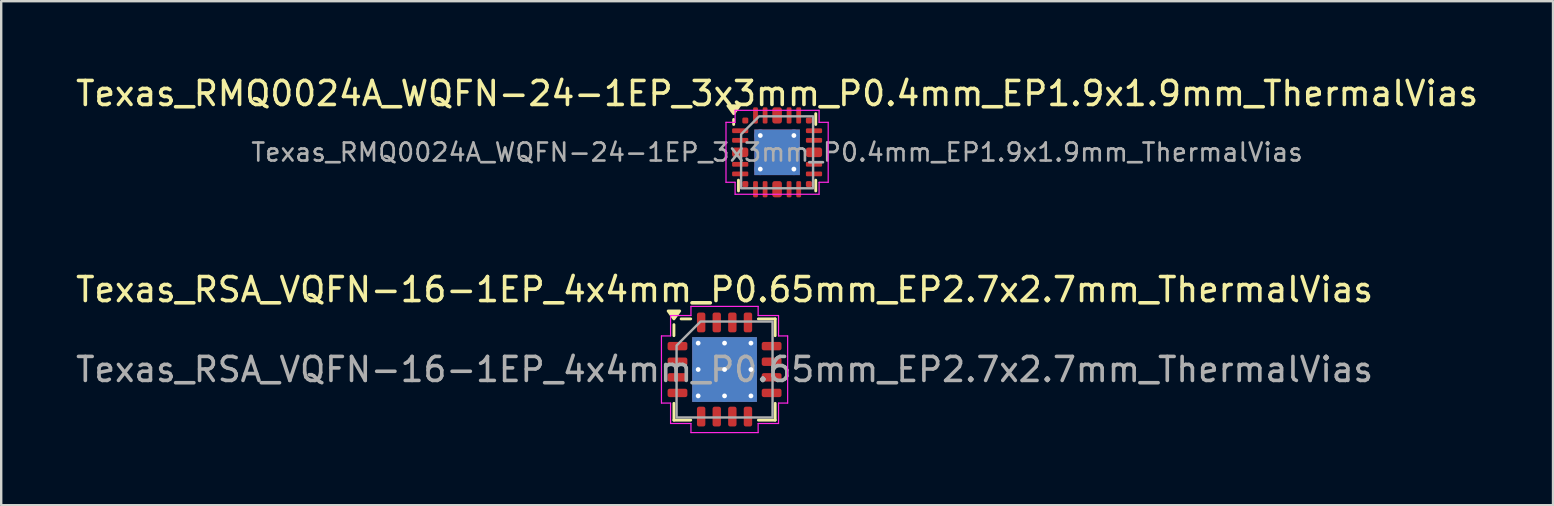
<source format=kicad_pcb>
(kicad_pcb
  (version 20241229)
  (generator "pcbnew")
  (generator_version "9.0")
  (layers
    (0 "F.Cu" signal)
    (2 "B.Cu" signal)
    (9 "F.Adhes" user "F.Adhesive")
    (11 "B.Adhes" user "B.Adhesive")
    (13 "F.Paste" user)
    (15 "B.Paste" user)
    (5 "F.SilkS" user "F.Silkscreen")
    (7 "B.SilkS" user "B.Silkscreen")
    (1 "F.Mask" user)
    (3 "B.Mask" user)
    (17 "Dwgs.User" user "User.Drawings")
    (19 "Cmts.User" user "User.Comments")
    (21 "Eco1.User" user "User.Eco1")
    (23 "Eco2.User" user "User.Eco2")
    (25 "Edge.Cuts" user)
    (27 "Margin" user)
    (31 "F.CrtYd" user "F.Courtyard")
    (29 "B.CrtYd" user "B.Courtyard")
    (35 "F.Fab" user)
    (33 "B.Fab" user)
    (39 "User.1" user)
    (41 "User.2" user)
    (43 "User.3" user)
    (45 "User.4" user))
  (footprint "Texas_RMQ0024A_WQFN-24-1EP_3x3mm_P0.4mm_EP1.9x1.9mm_ThermalVias"
    (layer "F.Cu")
    (at 29.339 3.298)
    (property "Reference" "Texas_RMQ0024A_WQFN-24-1EP_3x3mm_P0.4mm_EP1.9x1.9mm_ThermalVias" (at 0 -2.45 0) (layer "F.SilkS") (effects (font (size 1 1) (thickness 0.15))))
    (attr smd)
    (fp_line (start -1.81 -1.16) (end -1.81 -1.37) (stroke (width 0.12) (type solid)) (layer "F.SilkS"))
    (fp_line (start -1.61 1.61) (end -1.61 1.16) (stroke (width 0.12) (type solid)) (layer "F.SilkS"))
    (fp_line (start 1.61 -1.61) (end 1.61 -1.16) (stroke (width 0.12) (type solid)) (layer "F.SilkS"))
    (fp_line (start 1.61 1.61) (end 1.61 1.16) (stroke (width 0.12) (type solid)) (layer "F.SilkS"))
    (fp_poly (pts (xy -1.81 -1.61) (xy -2.05 -1.94) (xy -1.57 -1.94)) (stroke (width 0.12) (type solid)) (fill yes) (layer "F.SilkS"))
    (fp_line (start -2.13 -1.25) (end -1.75 -1.25) (stroke (width 0.05) (type solid)) (layer "F.CrtYd"))
    (fp_line (start -2.13 1.25) (end -2.13 -1.25) (stroke (width 0.05) (type solid)) (layer "F.CrtYd"))
    (fp_line (start -1.75 -1.75) (end 1.75 -1.75) (stroke (width 0.05) (type solid)) (layer "F.CrtYd"))
    (fp_line (start -1.75 -1.25) (end -1.75 -1.75) (stroke (width 0.05) (type solid)) (layer "F.CrtYd"))
    (fp_line (start -1.75 1.25) (end -2.13 1.25) (stroke (width 0.05) (type solid)) (layer "F.CrtYd"))
    (fp_line (start -1.75 1.75) (end -1.75 1.25) (stroke (width 0.05) (type solid)) (layer "F.CrtYd"))
    (fp_line (start 1.75 -1.75) (end 1.75 -1.25) (stroke (width 0.05) (type solid)) (layer "F.CrtYd"))
    (fp_line (start 1.75 -1.25) (end 2.13 -1.25) (stroke (width 0.05) (type solid)) (layer "F.CrtYd"))
    (fp_line (start 1.75 1.25) (end 1.75 1.75) (stroke (width 0.05) (type solid)) (layer "F.CrtYd"))
    (fp_line (start 1.75 1.75) (end -1.75 1.75) (stroke (width 0.05) (type solid)) (layer "F.CrtYd"))
    (fp_line (start 2.13 -1.25) (end 2.13 1.25) (stroke (width 0.05) (type solid)) (layer "F.CrtYd"))
    (fp_line (start 2.13 1.25) (end 1.75 1.25) (stroke (width 0.05) (type solid)) (layer "F.CrtYd"))
    (fp_poly (pts (xy -1.5 -0.75) (xy -1.5 1.5) (xy 1.5 1.5) (xy 1.5 -1.5) (xy -0.75 -1.5)) (stroke (width 0.1) (type solid)) (fill no) (layer "F.Fab"))
    (fp_text user "${REFERENCE}" (at 0 0 0) (layer "F.Fab") (effects (font (size 0.75 0.75) (thickness 0.11))))
    (pad "" smd roundrect (at 0 0) (size 1.71 1.71) (layers "F.Paste") (roundrect_rratio 0.146))
    (pad "1" smd roundrect (at -1.538 -0.9) (size 0.675 0.2) (layers "F.Cu" "F.Mask" "F.Paste") (roundrect_rratio 0.25))
    (pad "2" smd roundrect (at -1.538 -0.5) (size 0.675 0.2) (layers "F.Cu" "F.Mask" "F.Paste") (roundrect_rratio 0.25))
    (pad "3" smd roundrect (at -1.538 0) (size 0.675 0.4) (layers "F.Cu" "F.Mask" "F.Paste") (roundrect_rratio 0.25))
    (pad "4" smd roundrect (at -1.538 0.5) (size 0.675 0.2) (layers "F.Cu" "F.Mask" "F.Paste") (roundrect_rratio 0.25))
    (pad "5" smd roundrect (at -1.538 0.9) (size 0.675 0.2) (layers "F.Cu" "F.Mask" "F.Paste") (roundrect_rratio 0.25))
    (pad "6" smd roundrect (at -1.325 1.325) (size 0.25 0.25) (layers "F.Cu" "F.Mask" "F.Paste") (roundrect_rratio 0.25))
    (pad "7" smd roundrect (at -0.9 1.538) (size 0.2 0.675) (layers "F.Cu" "F.Mask" "F.Paste") (roundrect_rratio 0.25))
    (pad "8" smd roundrect (at -0.5 1.538) (size 0.2 0.675) (layers "F.Cu" "F.Mask" "F.Paste") (roundrect_rratio 0.25))
    (pad "9" smd roundrect (at 0 1.538) (size 0.4 0.675) (layers "F.Cu" "F.Mask" "F.Paste") (roundrect_rratio 0.25))
    (pad "10" smd roundrect (at 0.5 1.538) (size 0.2 0.675) (layers "F.Cu" "F.Mask" "F.Paste") (roundrect_rratio 0.25))
    (pad "11" smd roundrect (at 0.9 1.538) (size 0.2 0.675) (layers "F.Cu" "F.Mask" "F.Paste") (roundrect_rratio 0.25))
    (pad "12" smd roundrect (at 1.325 1.325) (size 0.25 0.25) (layers "F.Cu" "F.Mask" "F.Paste") (roundrect_rratio 0.25))
    (pad "13" smd roundrect (at 1.538 0.9) (size 0.675 0.2) (layers "F.Cu" "F.Mask" "F.Paste") (roundrect_rratio 0.25))
    (pad "14" smd roundrect (at 1.538 0.5) (size 0.675 0.2) (layers "F.Cu" "F.Mask" "F.Paste") (roundrect_rratio 0.25))
    (pad "15" smd roundrect (at 1.538 0) (size 0.675 0.4) (layers "F.Cu" "F.Mask" "F.Paste") (roundrect_rratio 0.25))
    (pad "16" smd roundrect (at 1.538 -0.5) (size 0.675 0.2) (layers "F.Cu" "F.Mask" "F.Paste") (roundrect_rratio 0.25))
    (pad "17" smd roundrect (at 1.538 -0.9) (size 0.675 0.2) (layers "F.Cu" "F.Mask" "F.Paste") (roundrect_rratio 0.25))
    (pad "18" smd roundrect (at 1.325 -1.325) (size 0.25 0.25) (layers "F.Cu" "F.Mask" "F.Paste") (roundrect_rratio 0.25))
    (pad "19" smd roundrect (at 0.9 -1.538) (size 0.2 0.675) (layers "F.Cu" "F.Mask" "F.Paste") (roundrect_rratio 0.25))
    (pad "20" smd roundrect (at 0.5 -1.538) (size 0.2 0.675) (layers "F.Cu" "F.Mask" "F.Paste") (roundrect_rratio 0.25))
    (pad "21" smd roundrect (at 0 -1.538) (size 0.4 0.675) (layers "F.Cu" "F.Mask" "F.Paste") (roundrect_rratio 0.25))
    (pad "22" smd roundrect (at -0.5 -1.538) (size 0.2 0.675) (layers "F.Cu" "F.Mask" "F.Paste") (roundrect_rratio 0.25))
    (pad "23" smd roundrect (at -0.9 -1.538) (size 0.2 0.675) (layers "F.Cu" "F.Mask" "F.Paste") (roundrect_rratio 0.25))
    (pad "24" smd roundrect (at -1.325 -1.325) (size 0.25 0.25) (layers "F.Cu" "F.Mask" "F.Paste") (roundrect_rratio 0.25))
    (pad "25" thru_hole circle (at -0.7 -0.7) (size 0.5 0.5) (drill 0.2) (property pad_prop_heatsink) (layers "*.Cu"))
    (pad "25" thru_hole circle (at -0.7 0.7) (size 0.5 0.5) (drill 0.2) (property pad_prop_heatsink) (layers "*.Cu"))
    (pad "25" smd rect (at 0 0) (size 1.9 1.9) (property pad_prop_heatsink) (layers "F.Cu" "F.Mask"))
    (pad "25" smd rect (at 0 0) (size 1.9 1.9) (property pad_prop_heatsink) (layers "B.Cu"))
    (pad "25" thru_hole circle (at 0.7 -0.7) (size 0.5 0.5) (drill 0.2) (property pad_prop_heatsink) (layers "*.Cu"))
    (pad "25" thru_hole circle (at 0.7 0.7) (size 0.5 0.5) (drill 0.2) (property pad_prop_heatsink) (layers "*.Cu")))
  (footprint "Texas_RSA_VQFN-16-1EP_4x4mm_P0.65mm_EP2.7x2.7mm_ThermalVias"
    (layer "F.Cu")
    (at 27.149 12.351)
    (property "Reference" "Texas_RSA_VQFN-16-1EP_4x4mm_P0.65mm_EP2.7x2.7mm_ThermalVias" (at 0 -3.33 0) (layer "F.SilkS") (effects (font (size 1 1) (thickness 0.15))))
    (attr smd)
    (fp_line (start -2.11 -1.41) (end -2.11 -1.87) (stroke (width 0.12) (type solid)) (layer "F.SilkS"))
    (fp_line (start -2.11 2.11) (end -2.11 1.41) (stroke (width 0.12) (type solid)) (layer "F.SilkS"))
    (fp_line (start -1.41 -2.11) (end -1.81 -2.11) (stroke (width 0.12) (type solid)) (layer "F.SilkS"))
    (fp_line (start -1.41 2.11) (end -2.11 2.11) (stroke (width 0.12) (type solid)) (layer "F.SilkS"))
    (fp_line (start 1.41 -2.11) (end 2.11 -2.11) (stroke (width 0.12) (type solid)) (layer "F.SilkS"))
    (fp_line (start 1.41 2.11) (end 2.11 2.11) (stroke (width 0.12) (type solid)) (layer "F.SilkS"))
    (fp_line (start 2.11 -2.11) (end 2.11 -1.41) (stroke (width 0.12) (type solid)) (layer "F.SilkS"))
    (fp_line (start 2.11 2.11) (end 2.11 1.41) (stroke (width 0.12) (type solid)) (layer "F.SilkS"))
    (fp_poly (pts (xy -2.11 -2.11) (xy -2.35 -2.44) (xy -1.87 -2.44)) (stroke (width 0.12) (type solid)) (fill yes) (layer "F.SilkS"))
    (fp_line (start -2.63 -1.4) (end -2.25 -1.4) (stroke (width 0.05) (type solid)) (layer "F.CrtYd"))
    (fp_line (start -2.63 1.4) (end -2.63 -1.4) (stroke (width 0.05) (type solid)) (layer "F.CrtYd"))
    (fp_line (start -2.25 -2.25) (end -1.4 -2.25) (stroke (width 0.05) (type solid)) (layer "F.CrtYd"))
    (fp_line (start -2.25 -1.4) (end -2.25 -2.25) (stroke (width 0.05) (type solid)) (layer "F.CrtYd"))
    (fp_line (start -2.25 1.4) (end -2.63 1.4) (stroke (width 0.05) (type solid)) (layer "F.CrtYd"))
    (fp_line (start -2.25 2.25) (end -2.25 1.4) (stroke (width 0.05) (type solid)) (layer "F.CrtYd"))
    (fp_line (start -1.4 -2.63) (end 1.4 -2.63) (stroke (width 0.05) (type solid)) (layer "F.CrtYd"))
    (fp_line (start -1.4 -2.25) (end -1.4 -2.63) (stroke (width 0.05) (type solid)) (layer "F.CrtYd"))
    (fp_line (start -1.4 2.25) (end -2.25 2.25) (stroke (width 0.05) (type solid)) (layer "F.CrtYd"))
    (fp_line (start -1.4 2.63) (end -1.4 2.25) (stroke (width 0.05) (type solid)) (layer "F.CrtYd"))
    (fp_line (start 1.4 -2.63) (end 1.4 -2.25) (stroke (width 0.05) (type solid)) (layer "F.CrtYd"))
    (fp_line (start 1.4 -2.25) (end 2.25 -2.25) (stroke (width 0.05) (type solid)) (layer "F.CrtYd"))
    (fp_line (start 1.4 2.25) (end 1.4 2.63) (stroke (width 0.05) (type solid)) (layer "F.CrtYd"))
    (fp_line (start 1.4 2.63) (end -1.4 2.63) (stroke (width 0.05) (type solid)) (layer "F.CrtYd"))
    (fp_line (start 2.25 -2.25) (end 2.25 -1.4) (stroke (width 0.05) (type solid)) (layer "F.CrtYd"))
    (fp_line (start 2.25 -1.4) (end 2.63 -1.4) (stroke (width 0.05) (type solid)) (layer "F.CrtYd"))
    (fp_line (start 2.25 1.4) (end 2.25 2.25) (stroke (width 0.05) (type solid)) (layer "F.CrtYd"))
    (fp_line (start 2.25 2.25) (end 1.4 2.25) (stroke (width 0.05) (type solid)) (layer "F.CrtYd"))
    (fp_line (start 2.63 -1.4) (end 2.63 1.4) (stroke (width 0.05) (type solid)) (layer "F.CrtYd"))
    (fp_line (start 2.63 1.4) (end 2.25 1.4) (stroke (width 0.05) (type solid)) (layer "F.CrtYd"))
    (fp_poly (pts (xy -2 -1) (xy -2 2) (xy 2 2) (xy 2 -2) (xy -1 -2)) (stroke (width 0.1) (type solid)) (fill no) (layer "F.Fab"))
    (fp_text user "${REFERENCE}" (at 0 0 0) (layer "F.Fab") (effects (font (size 1 1) (thickness 0.15))))
    (pad "" smd roundrect (at -0.9 -0.9) (size 0.64 0.64) (layers "F.Paste") (roundrect_rratio 0.25))
    (pad "" smd roundrect (at -0.9 0) (size 0.64 0.64) (layers "F.Paste") (roundrect_rratio 0.25))
    (pad "" smd roundrect (at -0.9 0.9) (size 0.64 0.64) (layers "F.Paste") (roundrect_rratio 0.25))
    (pad "" smd roundrect (at 0 -0.9) (size 0.64 0.64) (layers "F.Paste") (roundrect_rratio 0.25))
    (pad "" smd roundrect (at 0 0) (size 0.64 0.64) (layers "F.Paste") (roundrect_rratio 0.25))
    (pad "" smd roundrect (at 0 0.9) (size 0.64 0.64) (layers "F.Paste") (roundrect_rratio 0.25))
    (pad "" smd roundrect (at 0.9 -0.9) (size 0.64 0.64) (layers "F.Paste") (roundrect_rratio 0.25))
    (pad "" smd roundrect (at 0.9 0) (size 0.64 0.64) (layers "F.Paste") (roundrect_rratio 0.25))
    (pad "" smd roundrect (at 0.9 0.9) (size 0.64 0.64) (layers "F.Paste") (roundrect_rratio 0.25))
    (pad "1" smd roundrect (at -1.962 -0.975) (size 0.825 0.35) (layers "F.Cu" "F.Mask" "F.Paste") (roundrect_rratio 0.25))
    (pad "2" smd roundrect (at -1.962 -0.325) (size 0.825 0.35) (layers "F.Cu" "F.Mask" "F.Paste") (roundrect_rratio 0.25))
    (pad "3" smd roundrect (at -1.962 0.325) (size 0.825 0.35) (layers "F.Cu" "F.Mask" "F.Paste") (roundrect_rratio 0.25))
    (pad "4" smd roundrect (at -1.962 0.975) (size 0.825 0.35) (layers "F.Cu" "F.Mask" "F.Paste") (roundrect_rratio 0.25))
    (pad "5" smd roundrect (at -0.975 1.962) (size 0.35 0.825) (layers "F.Cu" "F.Mask" "F.Paste") (roundrect_rratio 0.25))
    (pad "6" smd roundrect (at -0.325 1.962) (size 0.35 0.825) (layers "F.Cu" "F.Mask" "F.Paste") (roundrect_rratio 0.25))
    (pad "7" smd roundrect (at 0.325 1.962) (size 0.35 0.825) (layers "F.Cu" "F.Mask" "F.Paste") (roundrect_rratio 0.25))
    (pad "8" smd roundrect (at 0.975 1.962) (size 0.35 0.825) (layers "F.Cu" "F.Mask" "F.Paste") (roundrect_rratio 0.25))
    (pad "9" smd roundrect (at 1.962 0.975) (size 0.825 0.35) (layers "F.Cu" "F.Mask" "F.Paste") (roundrect_rratio 0.25))
    (pad "10" smd roundrect (at 1.962 0.325) (size 0.825 0.35) (layers "F.Cu" "F.Mask" "F.Paste") (roundrect_rratio 0.25))
    (pad "11" smd roundrect (at 1.962 -0.325) (size 0.825 0.35) (layers "F.Cu" "F.Mask" "F.Paste") (roundrect_rratio 0.25))
    (pad "12" smd roundrect (at 1.962 -0.975) (size 0.825 0.35) (layers "F.Cu" "F.Mask" "F.Paste") (roundrect_rratio 0.25))
    (pad "13" smd roundrect (at 0.975 -1.962) (size 0.35 0.825) (layers "F.Cu" "F.Mask" "F.Paste") (roundrect_rratio 0.25))
    (pad "14" smd roundrect (at 0.325 -1.962) (size 0.35 0.825) (layers "F.Cu" "F.Mask" "F.Paste") (roundrect_rratio 0.25))
    (pad "15" smd roundrect (at -0.325 -1.962) (size 0.35 0.825) (layers "F.Cu" "F.Mask" "F.Paste") (roundrect_rratio 0.25))
    (pad "16" smd roundrect (at -0.975 -1.962) (size 0.35 0.825) (layers "F.Cu" "F.Mask" "F.Paste") (roundrect_rratio 0.25))
    (pad "17" thru_hole circle (at -1.1 -1.1) (size 0.5 0.5) (drill 0.2) (property pad_prop_heatsink) (layers "*.Cu"))
    (pad "17" thru_hole circle (at -1.1 0) (size 0.5 0.5) (drill 0.2) (property pad_prop_heatsink) (layers "*.Cu"))
    (pad "17" thru_hole circle (at -1.1 1.1) (size 0.5 0.5) (drill 0.2) (property pad_prop_heatsink) (layers "*.Cu"))
    (pad "17" thru_hole circle (at 0 -1.1) (size 0.5 0.5) (drill 0.2) (property pad_prop_heatsink) (layers "*.Cu"))
    (pad "17" thru_hole circle (at 0 0) (size 0.5 0.5) (drill 0.2) (property pad_prop_heatsink) (layers "*.Cu"))
    (pad "17" smd rect (at 0 0) (size 2.7 2.7) (property pad_prop_heatsink) (layers "F.Cu" "F.Mask"))
    (pad "17" smd rect (at 0 0) (size 2.7 2.7) (property pad_prop_heatsink) (layers "B.Cu"))
    (pad "17" thru_hole circle (at 0 1.1) (size 0.5 0.5) (drill 0.2) (property pad_prop_heatsink) (layers "*.Cu"))
    (pad "17" thru_hole circle (at 1.1 -1.1) (size 0.5 0.5) (drill 0.2) (property pad_prop_heatsink) (layers "*.Cu"))
    (pad "17" thru_hole circle (at 1.1 0) (size 0.5 0.5) (drill 0.2) (property pad_prop_heatsink) (layers "*.Cu"))
    (pad "17" thru_hole circle (at 1.1 1.1) (size 0.5 0.5) (drill 0.2) (property pad_prop_heatsink) (layers "*.Cu")))
  (gr_rect
    (start -3 -3)
    (end 61.679 18.006)
    (stroke (width 0.1) (type default))
    (fill no)
    (layer "Edge.Cuts")))
</source>
